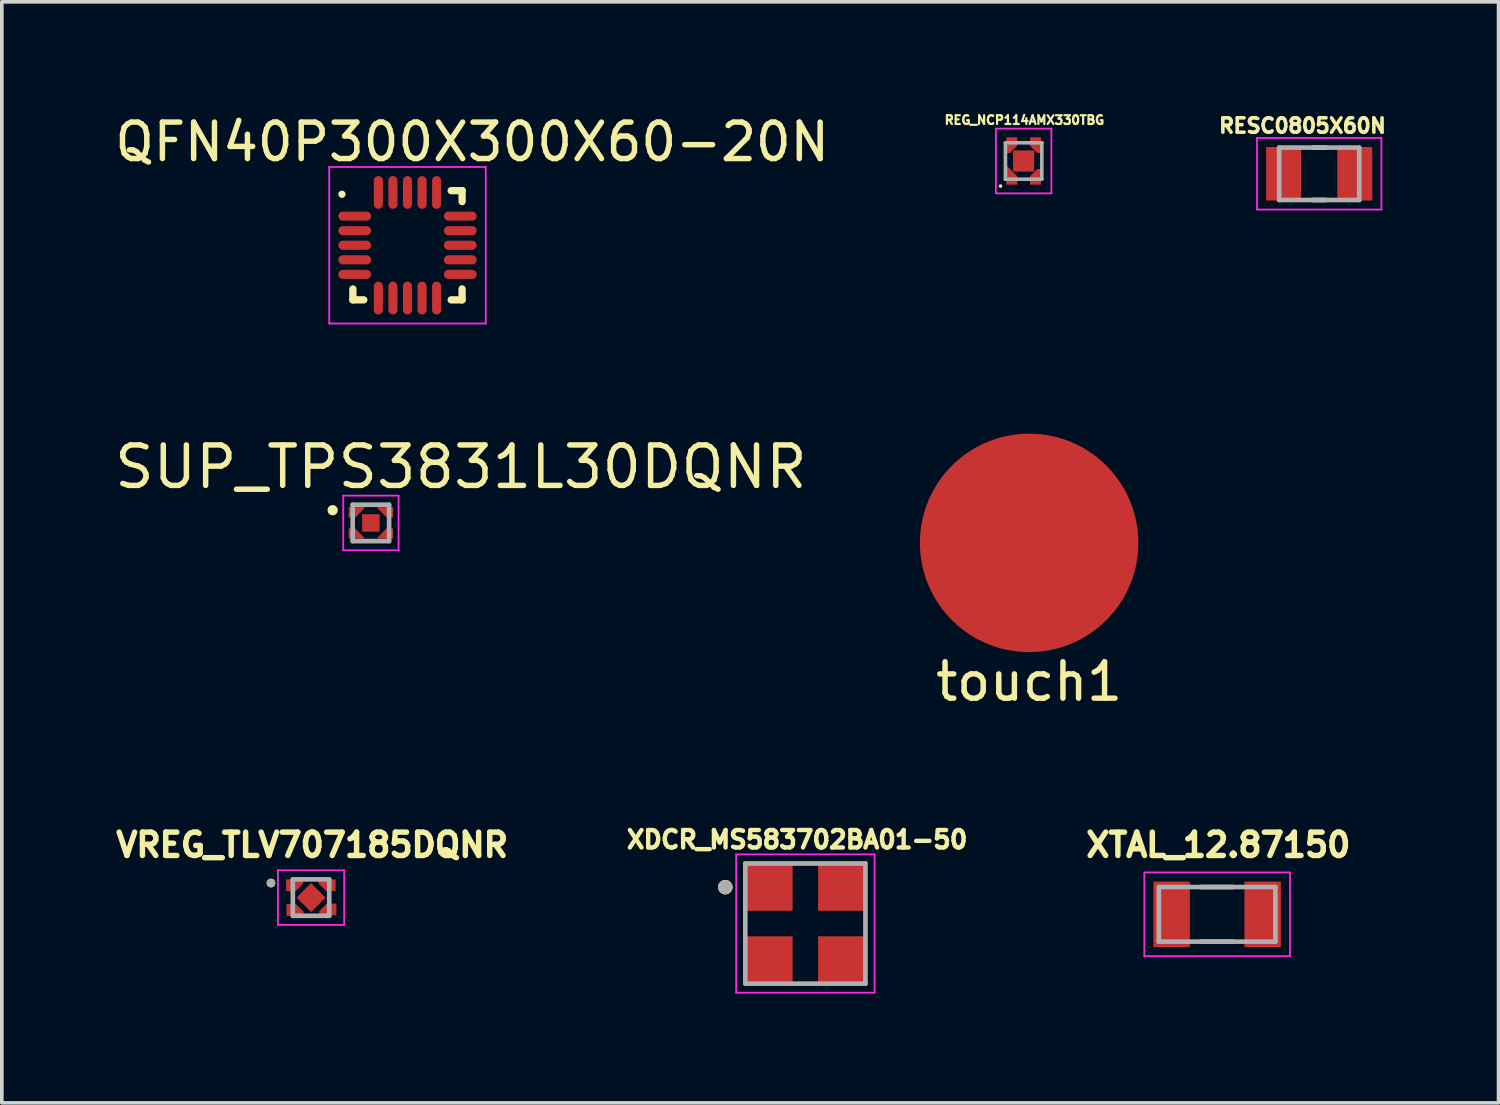
<source format=kicad_pcb>
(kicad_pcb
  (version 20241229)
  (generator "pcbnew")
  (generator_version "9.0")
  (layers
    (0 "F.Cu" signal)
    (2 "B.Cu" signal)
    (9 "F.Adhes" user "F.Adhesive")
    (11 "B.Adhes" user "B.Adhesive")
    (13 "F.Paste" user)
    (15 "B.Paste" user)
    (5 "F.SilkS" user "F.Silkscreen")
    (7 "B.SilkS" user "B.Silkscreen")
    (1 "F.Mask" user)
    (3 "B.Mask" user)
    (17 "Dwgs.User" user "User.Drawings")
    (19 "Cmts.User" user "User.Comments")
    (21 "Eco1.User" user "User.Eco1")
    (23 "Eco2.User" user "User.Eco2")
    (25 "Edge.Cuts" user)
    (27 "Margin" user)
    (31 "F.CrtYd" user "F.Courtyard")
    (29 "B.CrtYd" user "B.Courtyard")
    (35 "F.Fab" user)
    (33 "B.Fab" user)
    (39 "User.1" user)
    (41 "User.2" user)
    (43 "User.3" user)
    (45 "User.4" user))
  (footprint "touch1"
    (layer "F.Cu")
    (at 25.216 11.861)
    (property "Reference" "touch1" (at 0 3.81 0) (layer "F.SilkS") (effects (font (size 1 1) (thickness 0.15))))
    (attr through_hole)
    (pad "1" smd circle (at 0 0) (size 6 6) (layers "F.Cu" "F.Mask" "F.Paste")))
  (footprint "SUP_TPS3831L30DQNR"
    (layer "F.Cu")
    (at 7.137 11.313)
    (property "Reference" "SUP_TPS3831L30DQNR" (at 2.471 -1.538 0) (layer "F.SilkS") (effects (font (size 1.111 1.111) (thickness 0.15))))
    (attr through_hole)
    (fp_poly (pts (xy -0.294 -0.29) (xy 0.29 -0.29) (xy 0.29 0.294) (xy -0.294 0.294)) (stroke (width 0.01) (type solid)) (fill yes) (layer "F.Mask"))
    (fp_poly (pts (xy -0.135 -0.48) (xy -0.66 -0.48) (xy -0.66 -0.1) (xy -0.38 -0.1) (xy -0.135 -0.35)) (stroke (width 0) (type solid)) (fill yes) (layer "F.Mask"))
    (fp_poly (pts (xy -0.135 0.48) (xy -0.66 0.48) (xy -0.66 0.1) (xy -0.38 0.1) (xy -0.135 0.35)) (stroke (width 0) (type solid)) (fill yes) (layer "F.Mask"))
    (fp_poly (pts (xy 0.135 -0.48) (xy 0.66 -0.48) (xy 0.66 -0.1) (xy 0.38 -0.1) (xy 0.135 -0.35)) (stroke (width 0) (type solid)) (fill yes) (layer "F.Mask"))
    (fp_poly (pts (xy 0.135 0.48) (xy 0.66 0.48) (xy 0.66 0.1) (xy 0.38 0.1) (xy 0.135 0.35)) (stroke (width 0) (type solid)) (fill yes) (layer "F.Mask"))
    (fp_circle (center -1.05 -0.35) (end -0.909 -0.35) (stroke (width 0) (type solid)) (fill yes) (layer "F.SilkS"))
    (fp_poly (pts (xy -0.243 -0.24) (xy 0.24 -0.24) (xy 0.24 0.243) (xy -0.243 0.243)) (stroke (width 0.01) (type solid)) (fill yes) (layer "F.Paste"))
    (fp_poly (pts (xy -0.185 -0.43) (xy -0.61 -0.43) (xy -0.61 -0.15) (xy -0.43 -0.15) (xy -0.185 -0.4)) (stroke (width 0) (type solid)) (fill yes) (layer "F.Paste"))
    (fp_poly (pts (xy -0.185 0.43) (xy -0.61 0.43) (xy -0.61 0.15) (xy -0.43 0.15) (xy -0.185 0.4)) (stroke (width 0) (type solid)) (fill yes) (layer "F.Paste"))
    (fp_poly (pts (xy 0.185 -0.43) (xy 0.61 -0.43) (xy 0.61 -0.15) (xy 0.43 -0.15) (xy 0.185 -0.4)) (stroke (width 0) (type solid)) (fill yes) (layer "F.Paste"))
    (fp_poly (pts (xy 0.185 0.43) (xy 0.61 0.43) (xy 0.61 0.15) (xy 0.43 0.15) (xy 0.185 0.4)) (stroke (width 0) (type solid)) (fill yes) (layer "F.Paste"))
    (fp_line (start -0.76 -0.75) (end 0.76 -0.75) (stroke (width 0.05) (type solid)) (layer "F.CrtYd"))
    (fp_line (start -0.76 0.75) (end -0.76 -0.75) (stroke (width 0.05) (type solid)) (layer "F.CrtYd"))
    (fp_line (start 0.76 -0.75) (end 0.76 0.75) (stroke (width 0.05) (type solid)) (layer "F.CrtYd"))
    (fp_line (start 0.76 0.75) (end -0.76 0.75) (stroke (width 0.05) (type solid)) (layer "F.CrtYd"))
    (fp_line (start -0.5 -0.5) (end 0.5 -0.5) (stroke (width 0.127) (type solid)) (layer "F.Fab"))
    (fp_line (start -0.5 0.5) (end -0.5 -0.5) (stroke (width 0.127) (type solid)) (layer "F.Fab"))
    (fp_line (start 0.5 -0.5) (end 0.5 0.5) (stroke (width 0.127) (type solid)) (layer "F.Fab"))
    (fp_line (start 0.5 0.5) (end -0.5 0.5) (stroke (width 0.127) (type solid)) (layer "F.Fab"))
    (pad "1" smd custom (at -0.435 -0.335) (size 0.2 0.13) (layers "F.Cu") (options (anchor rect)) (primitives (gr_poly (pts (xy 0.25 -0.095) (xy -0.175 -0.095) (xy -0.175 0.185) (xy 0.005 0.185) (xy 0.25 -0.065)) (width 0) (fill yes))))
    (pad "2" smd custom (at -0.435 0.335) (size 0.2 0.13) (layers "F.Cu") (options (anchor rect)) (primitives (gr_poly (pts (xy 0.25 0.095) (xy -0.175 0.095) (xy -0.175 -0.185) (xy 0.005 -0.185) (xy 0.25 0.065)) (width 0) (fill yes))))
    (pad "3" smd custom (at 0.435 0.335) (size 0.2 0.13) (layers "F.Cu") (options (anchor rect)) (primitives (gr_poly (pts (xy -0.25 0.095) (xy 0.175 0.095) (xy 0.175 -0.185) (xy -0.005 -0.185) (xy -0.25 0.065)) (width 0) (fill yes))))
    (pad "4" smd custom (at 0.435 -0.335) (size 0.2 0.13) (layers "F.Cu") (options (anchor rect)) (primitives (gr_poly (pts (xy -0.25 -0.095) (xy 0.175 -0.095) (xy 0.175 0.185) (xy -0.005 0.185) (xy -0.25 -0.065)) (width 0) (fill yes))))
    (pad "5" smd rect (at 0 0) (size 0.48 0.48) (layers "F.Cu")))
  (footprint "QFN40P300X300X60-20N"
    (layer "F.Cu")
    (at 8.142 3.686)
    (property "Reference" "QFN40P300X300X60-20N" (at 1.777 -2.837 0) (layer "F.SilkS") (effects (font (size 1.001 1.001) (thickness 0.15))))
    (attr through_hole)
    (fp_line (start -1.5 1.5) (end -1.5 1.2) (stroke (width 0.2) (type solid)) (layer "F.SilkS"))
    (fp_line (start -1.2 1.5) (end -1.5 1.5) (stroke (width 0.2) (type solid)) (layer "F.SilkS"))
    (fp_line (start 1.2 -1.5) (end 1.5 -1.5) (stroke (width 0.2) (type solid)) (layer "F.SilkS"))
    (fp_line (start 1.5 -1.5) (end 1.5 -1.2) (stroke (width 0.2) (type solid)) (layer "F.SilkS"))
    (fp_line (start 1.5 1.2) (end 1.5 1.5) (stroke (width 0.2) (type solid)) (layer "F.SilkS"))
    (fp_line (start 1.5 1.5) (end 1.2 1.5) (stroke (width 0.2) (type solid)) (layer "F.SilkS"))
    (fp_circle (center -1.8 -1.4) (end -1.7 -1.4) (stroke (width 0) (type solid)) (fill yes) (layer "F.SilkS"))
    (fp_line (start -2.15 -2.15) (end 2.15 -2.15) (stroke (width 0.05) (type solid)) (layer "F.CrtYd"))
    (fp_line (start -2.15 2.15) (end -2.15 -2.15) (stroke (width 0.05) (type solid)) (layer "F.CrtYd"))
    (fp_line (start 2.15 -2.15) (end 2.15 2.15) (stroke (width 0.05) (type solid)) (layer "F.CrtYd"))
    (fp_line (start 2.15 2.15) (end -2.15 2.15) (stroke (width 0.05) (type solid)) (layer "F.CrtYd"))
    (pad "1" smd oval (at -1.45 -0.8) (size 0.9 0.25) (layers "F.Cu" "F.Mask" "F.Paste"))
    (pad "2" smd oval (at -1.45 -0.4) (size 0.9 0.25) (layers "F.Cu" "F.Mask" "F.Paste"))
    (pad "3" smd oval (at -1.45 0) (size 0.9 0.25) (layers "F.Cu" "F.Mask" "F.Paste"))
    (pad "4" smd oval (at -1.45 0.4) (size 0.9 0.25) (layers "F.Cu" "F.Mask" "F.Paste"))
    (pad "5" smd oval (at -1.45 0.8) (size 0.9 0.25) (layers "F.Cu" "F.Mask" "F.Paste"))
    (pad "6" smd oval (at -0.8 1.45) (size 0.25 0.9) (layers "F.Cu" "F.Mask" "F.Paste"))
    (pad "7" smd oval (at -0.4 1.45) (size 0.25 0.9) (layers "F.Cu" "F.Mask" "F.Paste"))
    (pad "8" smd oval (at 0 1.45) (size 0.25 0.9) (layers "F.Cu" "F.Mask" "F.Paste"))
    (pad "9" smd oval (at 0.4 1.45) (size 0.25 0.9) (layers "F.Cu" "F.Mask" "F.Paste"))
    (pad "10" smd oval (at 0.8 1.45) (size 0.25 0.9) (layers "F.Cu" "F.Mask" "F.Paste"))
    (pad "11" smd oval (at 1.45 0.8) (size 0.9 0.25) (layers "F.Cu" "F.Mask" "F.Paste"))
    (pad "12" smd oval (at 1.45 0.4) (size 0.9 0.25) (layers "F.Cu" "F.Mask" "F.Paste"))
    (pad "13" smd oval (at 1.45 0) (size 0.9 0.25) (layers "F.Cu" "F.Mask" "F.Paste"))
    (pad "14" smd oval (at 1.45 -0.4) (size 0.9 0.25) (layers "F.Cu" "F.Mask" "F.Paste"))
    (pad "15" smd oval (at 1.45 -0.8) (size 0.9 0.25) (layers "F.Cu" "F.Mask" "F.Paste"))
    (pad "16" smd oval (at 0.8 -1.45) (size 0.25 0.9) (layers "F.Cu" "F.Mask" "F.Paste"))
    (pad "17" smd oval (at 0.4 -1.45) (size 0.25 0.9) (layers "F.Cu" "F.Mask" "F.Paste"))
    (pad "18" smd oval (at 0 -1.45) (size 0.25 0.9) (layers "F.Cu" "F.Mask" "F.Paste"))
    (pad "19" smd oval (at -0.4 -1.45) (size 0.25 0.9) (layers "F.Cu" "F.Mask" "F.Paste"))
    (pad "20" smd oval (at -0.8 -1.45) (size 0.25 0.9) (layers "F.Cu" "F.Mask" "F.Paste")))
  (footprint "VREG_TLV707185DQNR"
    (layer "F.Cu")
    (at 5.493 21.603)
    (property "Reference" "VREG_TLV707185DQNR" (at 0.032 -1.446 0) (layer "F.SilkS") (effects (font (size 0.64 0.64) (thickness 0.15))))
    (attr through_hole)
    (fp_poly (pts (xy -0.34 0) (xy 0 -0.34) (xy 0.34 0) (xy 0 0.34)) (stroke (width 0.01) (type solid)) (fill yes) (layer "F.Mask"))
    (fp_poly (pts (xy -0.43 -0.22) (xy -0.61 -0.22) (xy -0.61 -0.43) (xy -0.25 -0.43) (xy -0.25 -0.4)) (stroke (width 0.01) (type solid)) (fill yes) (layer "F.Mask"))
    (fp_poly (pts (xy -0.43 0.22) (xy -0.61 0.22) (xy -0.61 0.43) (xy -0.25 0.43) (xy -0.25 0.4)) (stroke (width 0.01) (type solid)) (fill yes) (layer "F.Mask"))
    (fp_poly (pts (xy 0.43 -0.22) (xy 0.61 -0.22) (xy 0.61 -0.43) (xy 0.25 -0.43) (xy 0.25 -0.4)) (stroke (width 0.01) (type solid)) (fill yes) (layer "F.Mask"))
    (fp_poly (pts (xy 0.43 0.22) (xy 0.61 0.22) (xy 0.61 0.43) (xy 0.25 0.43) (xy 0.25 0.4)) (stroke (width 0.01) (type solid)) (fill yes) (layer "F.Mask"))
    (fp_circle (center -1.1 -0.4) (end -1.04 -0.4) (stroke (width 0.12) (type solid)) (fill no) (layer "F.SilkS"))
    (fp_poly (pts (xy -0.318 0) (xy 0 -0.318) (xy 0.318 0) (xy 0 0.318)) (stroke (width 0.01) (type solid)) (fill yes) (layer "F.Paste"))
    (fp_poly (pts (xy -0.43 -0.22) (xy -0.65 -0.22) (xy -0.65 -0.43) (xy -0.25 -0.43) (xy -0.25 -0.4)) (stroke (width 0.01) (type solid)) (fill yes) (layer "F.Paste"))
    (fp_poly (pts (xy -0.43 0.22) (xy -0.65 0.22) (xy -0.65 0.43) (xy -0.25 0.43) (xy -0.25 0.4)) (stroke (width 0.01) (type solid)) (fill yes) (layer "F.Paste"))
    (fp_poly (pts (xy 0.43 -0.22) (xy 0.65 -0.22) (xy 0.65 -0.43) (xy 0.25 -0.43) (xy 0.25 -0.4)) (stroke (width 0.01) (type solid)) (fill yes) (layer "F.Paste"))
    (fp_poly (pts (xy 0.43 0.22) (xy 0.65 0.22) (xy 0.65 0.43) (xy 0.25 0.43) (xy 0.25 0.4)) (stroke (width 0.01) (type solid)) (fill yes) (layer "F.Paste"))
    (fp_line (start -0.91 -0.75) (end 0.91 -0.75) (stroke (width 0.05) (type solid)) (layer "F.CrtYd"))
    (fp_line (start -0.91 0.75) (end -0.91 -0.75) (stroke (width 0.05) (type solid)) (layer "F.CrtYd"))
    (fp_line (start 0.91 -0.75) (end 0.91 0.75) (stroke (width 0.05) (type solid)) (layer "F.CrtYd"))
    (fp_line (start 0.91 0.75) (end -0.91 0.75) (stroke (width 0.05) (type solid)) (layer "F.CrtYd"))
    (fp_line (start -0.5 -0.5) (end 0.5 -0.5) (stroke (width 0.127) (type solid)) (layer "F.Fab"))
    (fp_line (start -0.5 0.5) (end -0.5 -0.5) (stroke (width 0.127) (type solid)) (layer "F.Fab"))
    (fp_line (start 0.5 -0.5) (end 0.5 0.5) (stroke (width 0.127) (type solid)) (layer "F.Fab"))
    (fp_line (start 0.5 0.5) (end -0.5 0.5) (stroke (width 0.127) (type solid)) (layer "F.Fab"))
    (fp_circle (center -1.1 -0.4) (end -1.04 -0.4) (stroke (width 0.12) (type solid)) (fill no) (layer "F.Fab"))
    (pad "1" smd custom (at -0.45 -0.34) (size 0.1 0.1) (layers "F.Cu") (options (anchor rect)) (primitives (gr_poly (pts (xy 0.025 0.155) (xy -0.23 0.155) (xy -0.23 -0.155) (xy 0.23 -0.155) (xy 0.23 -0.05)) (width 0.01) (fill yes))))
    (pad "2" smd custom (at -0.44 0.34) (size 0.1 0.1) (layers "F.Cu") (options (anchor rect)) (primitives (gr_poly (pts (xy 0.025 -0.155) (xy -0.23 -0.155) (xy -0.23 0.155) (xy 0.23 0.155) (xy 0.23 0.05)) (width 0.01) (fill yes))))
    (pad "3" smd custom (at 0.46 0.325) (size 0.1 0.1) (layers "F.Cu") (options (anchor rect)) (primitives (gr_poly (pts (xy -0.025 -0.155) (xy 0.23 -0.155) (xy 0.23 0.155) (xy -0.23 0.155) (xy -0.23 0.05)) (width 0.01) (fill yes))))
    (pad "4" smd custom (at 0.44 -0.34) (size 0.1 0.1) (layers "F.Cu") (options (anchor rect)) (primitives (gr_poly (pts (xy -0.025 0.155) (xy 0.23 0.155) (xy 0.23 -0.155) (xy -0.23 -0.155) (xy -0.23 -0.05)) (width 0.01) (fill yes))))
    (pad "5" smd custom (at 0 0) (size 0.2 0.2) (layers "F.Cu") (options (anchor rect)) (primitives (gr_poly (pts (xy 0 -0.39) (xy -0.39 0) (xy 0 0.39) (xy 0.39 0)) (width 0.01) (fill yes)))))
  (footprint "XDCR_MS583702BA01-50"
    (layer "F.Cu")
    (at 19.07 22.316)
    (property "Reference" "XDCR_MS583702BA01-50" (at -0.226 -2.305 0) (layer "F.SilkS") (effects (font (size 0.48 0.48) (thickness 0.15))))
    (attr through_hole)
    (fp_circle (center -2.2 -1) (end -2.1 -1) (stroke (width 0.2) (type solid)) (fill no) (layer "F.SilkS"))
    (fp_line (start -1.9 -1.9) (end 1.9 -1.9) (stroke (width 0.05) (type solid)) (layer "F.CrtYd"))
    (fp_line (start -1.9 1.9) (end -1.9 -1.9) (stroke (width 0.05) (type solid)) (layer "F.CrtYd"))
    (fp_line (start 1.9 -1.9) (end 1.9 1.9) (stroke (width 0.05) (type solid)) (layer "F.CrtYd"))
    (fp_line (start 1.9 1.9) (end -1.9 1.9) (stroke (width 0.05) (type solid)) (layer "F.CrtYd"))
    (fp_line (start -1.65 -1.65) (end 1.65 -1.65) (stroke (width 0.127) (type solid)) (layer "F.Fab"))
    (fp_line (start -1.65 1.65) (end -1.65 -1.65) (stroke (width 0.127) (type solid)) (layer "F.Fab"))
    (fp_line (start 1.65 -1.65) (end 1.65 1.65) (stroke (width 0.127) (type solid)) (layer "F.Fab"))
    (fp_line (start 1.65 1.65) (end -1.65 1.65) (stroke (width 0.127) (type solid)) (layer "F.Fab"))
    (fp_circle (center -2.2 -1) (end -2.1 -1) (stroke (width 0.2) (type solid)) (fill no) (layer "F.Fab"))
    (pad "1" smd rect (at -1 -1) (size 1.3 1.3) (layers "F.Cu" "F.Mask" "F.Paste"))
    (pad "2" smd rect (at -1 1) (size 1.3 1.3) (layers "F.Cu" "F.Mask" "F.Paste"))
    (pad "3" smd rect (at 1 1) (size 1.3 1.3) (layers "F.Cu" "F.Mask" "F.Paste"))
    (pad "4" smd rect (at 1 -1) (size 1.3 1.3) (layers "F.Cu" "F.Mask" "F.Paste")))
  (footprint "XTAL_12.87150"
    (layer "F.Cu")
    (at 30.38 22.063)
    (property "Reference" "XTAL_12.87150" (at 0.032 -1.906 0) (layer "F.SilkS") (effects (font (size 0.64 0.64) (thickness 0.15))))
    (attr through_hole)
    (fp_line (start -0.43 -0.75) (end 0.43 -0.75) (stroke (width 0.127) (type solid)) (layer "F.SilkS"))
    (fp_line (start -0.43 0.75) (end 0.43 0.75) (stroke (width 0.127) (type solid)) (layer "F.SilkS"))
    (fp_line (start -2 -1.15) (end -2 1.15) (stroke (width 0.05) (type solid)) (layer "F.CrtYd"))
    (fp_line (start -2 1.15) (end 2 1.15) (stroke (width 0.05) (type solid)) (layer "F.CrtYd"))
    (fp_line (start 2 -1.15) (end -2 -1.15) (stroke (width 0.05) (type solid)) (layer "F.CrtYd"))
    (fp_line (start 2 1.15) (end 2 -1.15) (stroke (width 0.05) (type solid)) (layer "F.CrtYd"))
    (fp_line (start -1.6 -0.75) (end 1.6 -0.75) (stroke (width 0.127) (type solid)) (layer "F.Fab"))
    (fp_line (start -1.6 0.75) (end -1.6 -0.75) (stroke (width 0.127) (type solid)) (layer "F.Fab"))
    (fp_line (start 1.6 -0.75) (end 1.6 0.75) (stroke (width 0.127) (type solid)) (layer "F.Fab"))
    (fp_line (start 1.6 0.75) (end -1.6 0.75) (stroke (width 0.127) (type solid)) (layer "F.Fab"))
    (pad "1" smd rect (at -1.25 0) (size 1 1.8) (layers "F.Cu" "F.Mask" "F.Paste"))
    (pad "2" smd rect (at 1.25 0) (size 1 1.8) (layers "F.Cu" "F.Mask" "F.Paste")))
  (footprint "REG_NCP114AMX330TBG"
    (layer "F.Cu")
    (at 25.065 1.372)
    (property "Reference" "REG_NCP114AMX330TBG" (at 0.022 -1.125 0) (layer "F.SilkS") (effects (font (size 0.241 0.241) (thickness 0.15))))
    (attr through_hole)
    (fp_poly (pts (xy -0.351 -0.35) (xy 0.35 -0.35) (xy 0.35 0.351) (xy -0.351 0.351)) (stroke (width 0.01) (type solid)) (fill yes) (layer "F.Mask"))
    (fp_poly (pts (xy -0.525 -0.7) (xy -0.125 -0.7) (xy -0.125 -0.4) (xy -0.35 -0.175) (xy -0.525 -0.175)) (stroke (width 0.001) (type solid)) (fill yes) (layer "F.Mask"))
    (fp_poly (pts (xy -0.525 0.7) (xy -0.125 0.7) (xy -0.125 0.4) (xy -0.475 0.05) (xy -0.525 0.05)) (stroke (width 0.001) (type solid)) (fill yes) (layer "F.Mask"))
    (fp_poly (pts (xy 0.125 -0.7) (xy 0.525 -0.7) (xy 0.525 -0.175) (xy 0.35 -0.175) (xy 0.125 -0.4)) (stroke (width 0.001) (type solid)) (fill yes) (layer "F.Mask"))
    (fp_poly (pts (xy 0.525 0.7) (xy 0.125 0.7) (xy 0.125 0.4) (xy 0.35 0.175) (xy 0.525 0.175)) (stroke (width 0.001) (type solid)) (fill yes) (layer "F.Mask"))
    (fp_circle (center -0.635 0.689) (end -0.61 0.689) (stroke (width 0.05) (type solid)) (fill no) (layer "F.SilkS"))
    (fp_poly (pts (xy -0.475 0.65) (xy -0.175 0.65) (xy -0.175 0.42) (xy -0.475 0.12)) (stroke (width 0.001) (type solid)) (fill yes) (layer "F.Paste"))
    (fp_poly (pts (xy -0.475 -0.65) (xy -0.475 -0.22) (xy -0.375 -0.22) (xy -0.175 -0.42) (xy -0.175 -0.65)) (stroke (width 0.001) (type solid)) (fill yes) (layer "F.Paste"))
    (fp_poly (pts (xy 0.475 -0.65) (xy 0.475 -0.22) (xy 0.375 -0.22) (xy 0.175 -0.42) (xy 0.175 -0.65)) (stroke (width 0.001) (type solid)) (fill yes) (layer "F.Paste"))
    (fp_poly (pts (xy 0.475 0.65) (xy 0.475 0.22) (xy 0.375 0.22) (xy 0.175 0.42) (xy 0.175 0.65)) (stroke (width 0.001) (type solid)) (fill yes) (layer "F.Paste"))
    (fp_line (start -0.762 -0.889) (end -0.762 0.889) (stroke (width 0.05) (type solid)) (layer "F.CrtYd"))
    (fp_line (start -0.762 0.889) (end 0.762 0.889) (stroke (width 0.05) (type solid)) (layer "F.CrtYd"))
    (fp_line (start 0.762 -0.889) (end -0.762 -0.889) (stroke (width 0.05) (type solid)) (layer "F.CrtYd"))
    (fp_line (start 0.762 0.889) (end 0.762 -0.889) (stroke (width 0.05) (type solid)) (layer "F.CrtYd"))
    (fp_line (start -0.5 -0.5) (end -0.5 0.5) (stroke (width 0.1) (type solid)) (layer "F.Fab"))
    (fp_line (start -0.5 0.5) (end 0.5 0.5) (stroke (width 0.1) (type solid)) (layer "F.Fab"))
    (fp_line (start 0.5 -0.5) (end -0.5 -0.5) (stroke (width 0.1) (type solid)) (layer "F.Fab"))
    (fp_line (start 0.5 0.5) (end 0.5 -0.5) (stroke (width 0.1) (type solid)) (layer "F.Fab"))
    (pad "1" smd custom (at -0.325 0.5) (size 0.1 0.1) (layers "F.Cu") (options (anchor rect)) (primitives (gr_poly (pts (xy -0.15 0.15) (xy 0.15 0.15) (xy 0.15 -0.08) (xy -0.15 -0.38)) (width 0.001) (fill yes))))
    (pad "2" smd custom (at 0.325 0.5) (size 0.1 0.1) (layers "F.Cu") (options (anchor rect)) (primitives (gr_poly (pts (xy 0.15 0.15) (xy 0.15 -0.28) (xy 0.05 -0.28) (xy -0.15 -0.08) (xy -0.15 0.15)) (width 0.001) (fill yes))))
    (pad "3" smd custom (at 0.325 -0.5) (size 0.1 0.1) (layers "F.Cu") (options (anchor rect)) (primitives (gr_poly (pts (xy 0.15 -0.15) (xy 0.15 0.28) (xy 0.05 0.28) (xy -0.15 0.08) (xy -0.15 -0.15)) (width 0.001) (fill yes))))
    (pad "4" smd custom (at -0.325 -0.5) (size 0.1 0.1) (layers "F.Cu") (options (anchor rect)) (primitives (gr_poly (pts (xy -0.15 -0.15) (xy -0.15 0.28) (xy -0.05 0.28) (xy 0.15 0.08) (xy 0.15 -0.15)) (width 0.001) (fill yes))))
    (pad "5" smd rect (at 0 0) (size 0.58 0.58) (layers "F.Cu" "F.Paste")))
  (footprint "RESC0805X60N"
    (layer "F.Cu")
    (at 33.183 1.723)
    (property "Reference" "RESC0805X60N" (at -0.46 -1.32 0) (layer "F.SilkS") (effects (font (size 0.394 0.394) (thickness 0.15))))
    (attr through_hole)
    (fp_line (start -0.18 -0.72) (end 0.18 -0.72) (stroke (width 0.127) (type solid)) (layer "F.SilkS"))
    (fp_line (start -0.18 0.72) (end 0.18 0.72) (stroke (width 0.127) (type solid)) (layer "F.SilkS"))
    (fp_line (start -1.708 -0.983) (end 1.708 -0.983) (stroke (width 0.05) (type solid)) (layer "F.CrtYd"))
    (fp_line (start -1.708 0.983) (end -1.708 -0.983) (stroke (width 0.05) (type solid)) (layer "F.CrtYd"))
    (fp_line (start -1.708 0.983) (end 1.708 0.983) (stroke (width 0.05) (type solid)) (layer "F.CrtYd"))
    (fp_line (start 1.708 0.983) (end 1.708 -0.983) (stroke (width 0.05) (type solid)) (layer "F.CrtYd"))
    (fp_line (start -1.1 0.72) (end -1.1 -0.72) (stroke (width 0.127) (type solid)) (layer "F.Fab"))
    (fp_line (start 1.1 -0.72) (end -1.1 -0.72) (stroke (width 0.127) (type solid)) (layer "F.Fab"))
    (fp_line (start 1.1 0.72) (end -1.1 0.72) (stroke (width 0.127) (type solid)) (layer "F.Fab"))
    (fp_line (start 1.1 0.72) (end 1.1 -0.72) (stroke (width 0.127) (type solid)) (layer "F.Fab"))
    (pad "1" smd rect (at -0.978 0) (size 0.96 1.47) (layers "F.Cu" "F.Mask" "F.Paste"))
    (pad "2" smd rect (at 0.978 0) (size 0.96 1.47) (layers "F.Cu" "F.Mask" "F.Paste")))
  (gr_rect
    (start -3 -3)
    (end 38.109 27.241)
    (stroke (width 0.1) (type default))
    (fill no)
    (layer "Edge.Cuts")))
</source>
